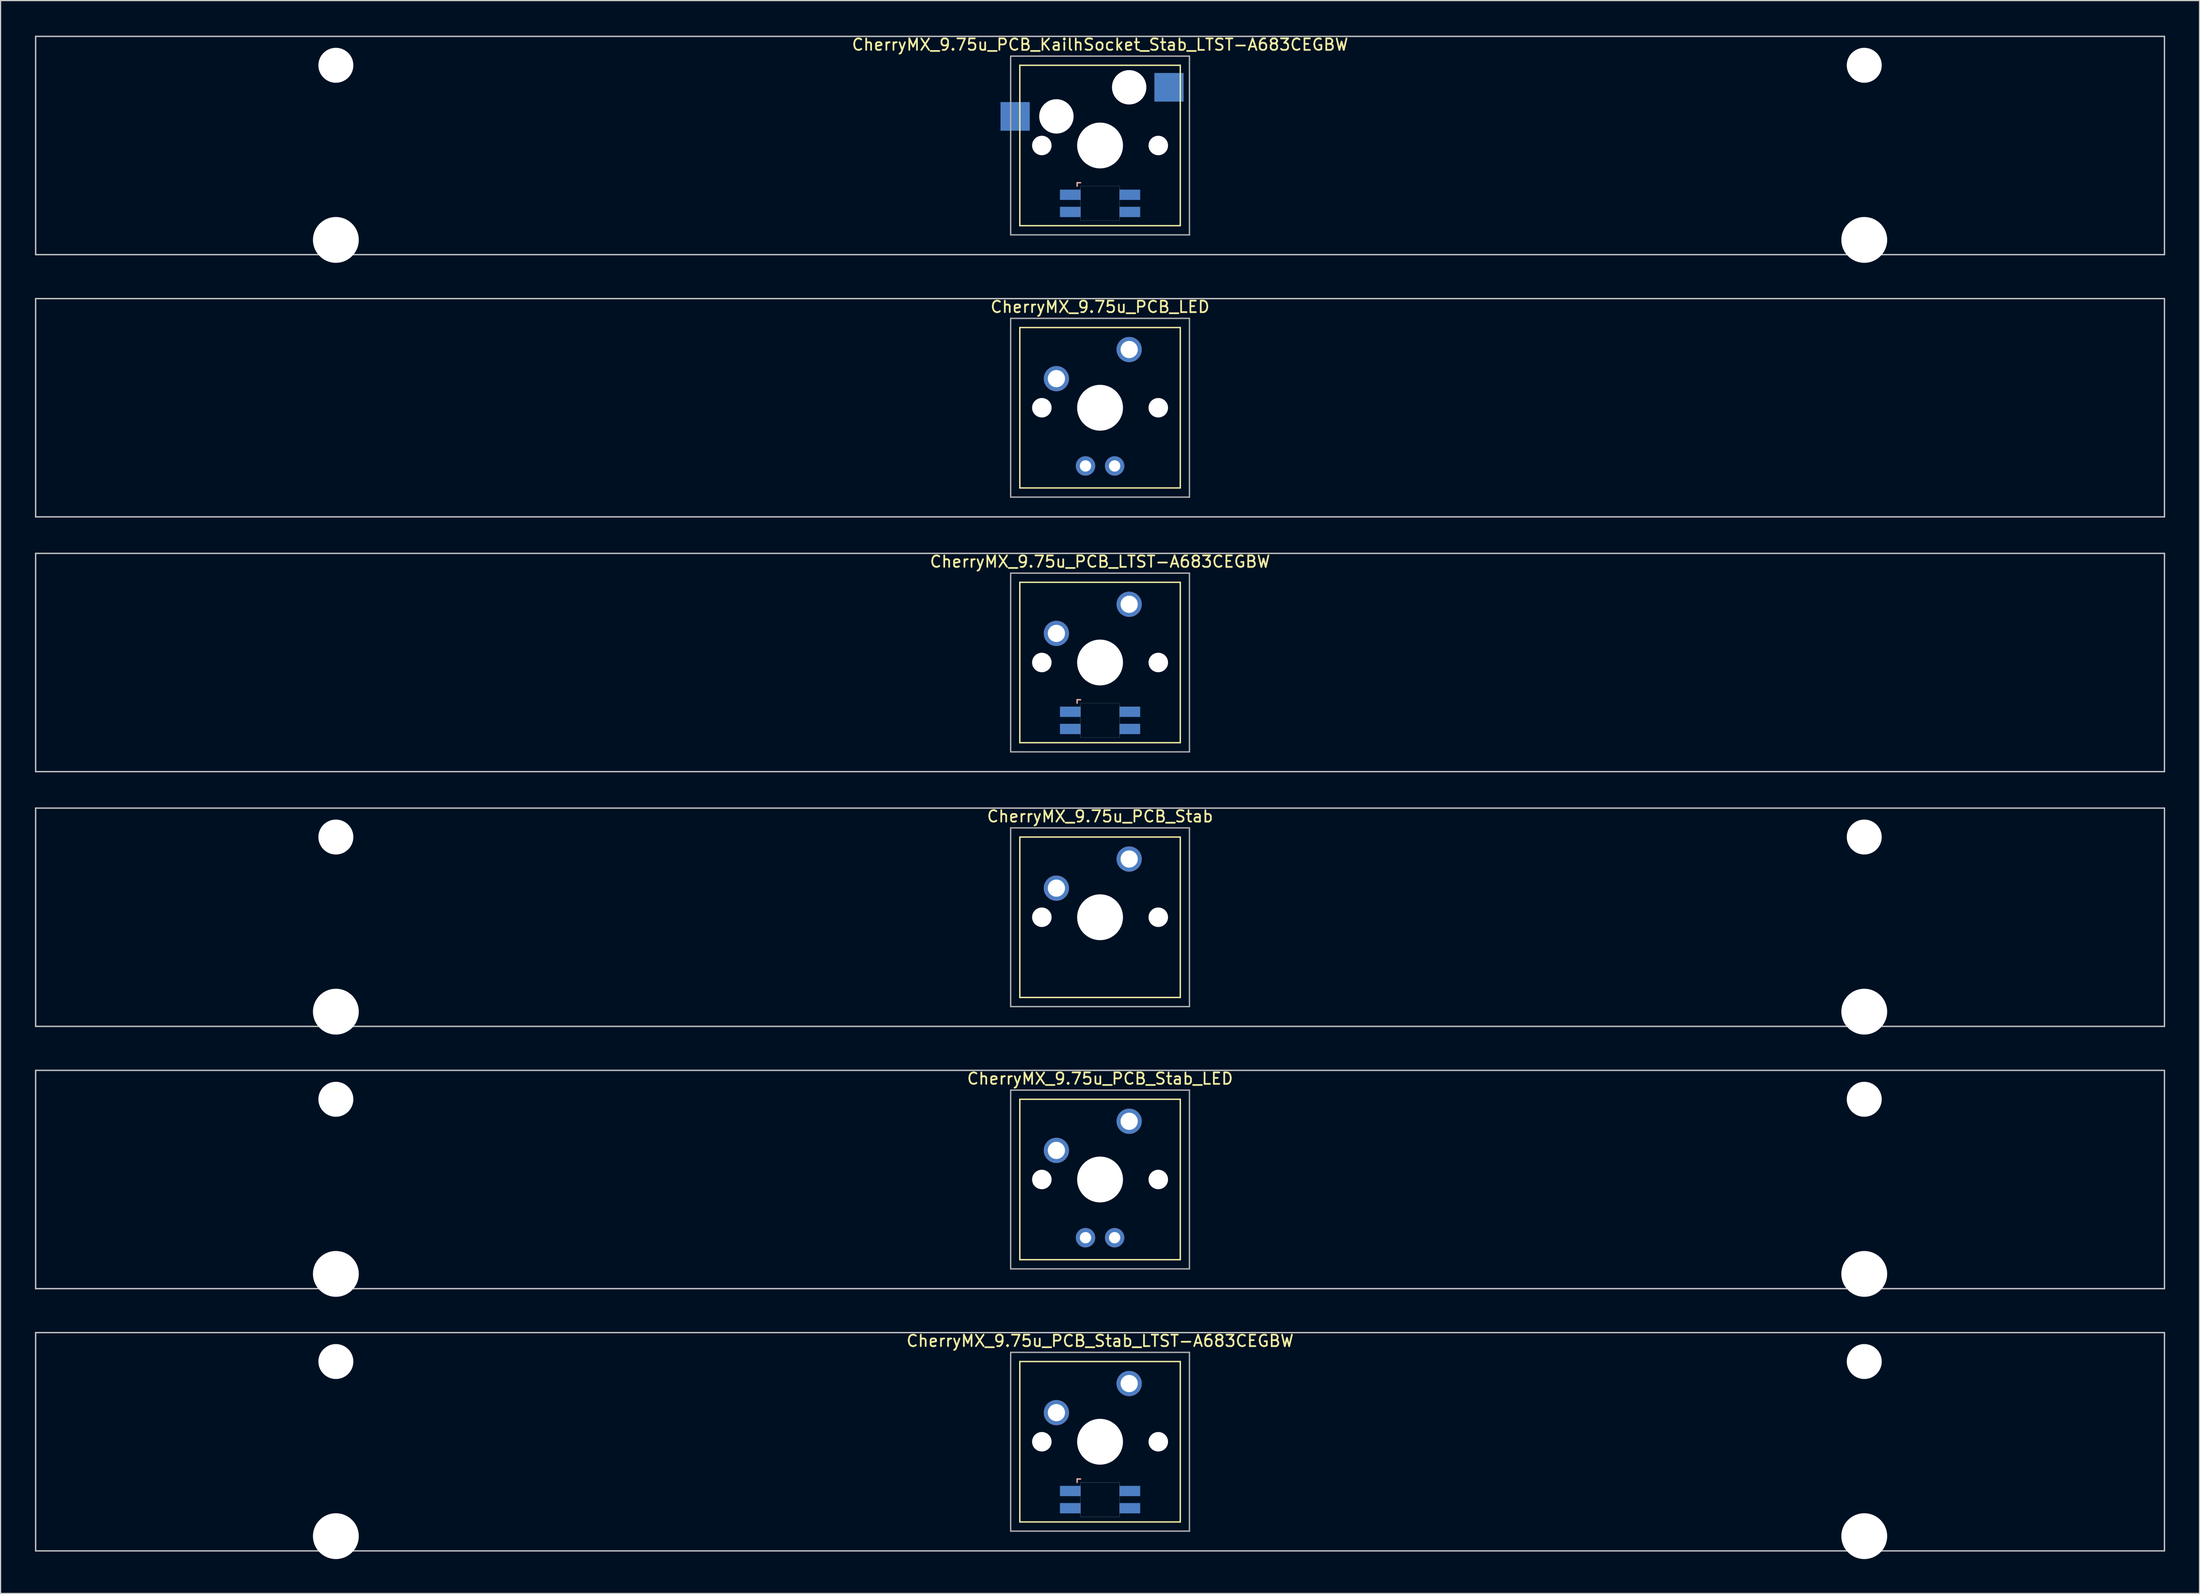
<source format=kicad_pcb>
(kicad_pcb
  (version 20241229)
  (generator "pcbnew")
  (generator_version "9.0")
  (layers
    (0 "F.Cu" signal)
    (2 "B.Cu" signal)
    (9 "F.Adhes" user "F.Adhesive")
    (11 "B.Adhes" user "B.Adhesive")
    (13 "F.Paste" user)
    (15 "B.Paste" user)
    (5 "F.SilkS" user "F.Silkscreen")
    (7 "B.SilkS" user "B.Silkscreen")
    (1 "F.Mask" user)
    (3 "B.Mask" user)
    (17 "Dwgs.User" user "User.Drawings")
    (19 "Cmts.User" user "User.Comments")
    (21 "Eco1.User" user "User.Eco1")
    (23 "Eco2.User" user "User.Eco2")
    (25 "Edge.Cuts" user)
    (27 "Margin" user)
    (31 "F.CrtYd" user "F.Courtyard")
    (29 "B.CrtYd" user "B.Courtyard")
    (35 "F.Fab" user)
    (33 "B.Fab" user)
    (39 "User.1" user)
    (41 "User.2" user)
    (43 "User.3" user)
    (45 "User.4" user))
  (footprint "CherryMX_9.75u_PCB_LED"
    (layer "F.Cu")
    (at 92.929 32.536)
    (property "Reference" "CherryMX_9.75u_PCB_LED" (at 0 -8.8 0) (layer "F.SilkS") (effects (font (size 1 1) (thickness 0.15))))
    (attr through_hole)
    (fp_line (start -7 -7) (end -7 7) (stroke (width 0.12) (type solid)) (layer "F.SilkS"))
    (fp_line (start -7 -7) (end 7 -7) (stroke (width 0.12) (type solid)) (layer "F.SilkS"))
    (fp_line (start 7 -7) (end 7 7) (stroke (width 0.12) (type solid)) (layer "F.SilkS"))
    (fp_line (start 7 7) (end -7 7) (stroke (width 0.12) (type solid)) (layer "F.SilkS"))
    (fp_line (start -92.869 -9.525) (end 92.869 -9.525) (stroke (width 0.12) (type solid)) (layer "Dwgs.User"))
    (fp_line (start -92.869 9.525) (end -92.869 -9.525) (stroke (width 0.12) (type solid)) (layer "Dwgs.User"))
    (fp_line (start 92.869 -9.525) (end 92.869 9.525) (stroke (width 0.12) (type solid)) (layer "Dwgs.User"))
    (fp_line (start 92.869 9.525) (end -92.869 9.525) (stroke (width 0.12) (type solid)) (layer "Dwgs.User"))
    (fp_line (start -7.8 -7.8) (end -7.8 7.8) (stroke (width 0.12) (type solid)) (layer "F.Fab"))
    (fp_line (start -7.8 -7.8) (end 7.8 -7.8) (stroke (width 0.12) (type solid)) (layer "F.Fab"))
    (fp_line (start -7.8 7.8) (end 7.8 7.8) (stroke (width 0.12) (type solid)) (layer "F.Fab"))
    (fp_line (start 7.8 -7.8) (end 7.8 7.8) (stroke (width 0.12) (type solid)) (layer "F.Fab"))
    (pad "" np_thru_hole circle (at -5.08 0) (size 1.7 1.7) (drill 1.7) (layers "*.Cu" "*.Mask"))
    (pad "" np_thru_hole circle (at 0 0) (size 4 4) (drill 4) (layers "*.Cu" "*.Mask"))
    (pad "" np_thru_hole circle (at 5.08 0) (size 1.7 1.7) (drill 1.7) (layers "*.Cu" "*.Mask"))
    (pad "1" thru_hole circle (at -3.81 -2.54) (size 2.2 2.2) (drill 1.5) (layers "*.Cu" "*.Mask"))
    (pad "2" thru_hole circle (at 2.54 -5.08) (size 2.2 2.2) (drill 1.5) (layers "*.Cu" "*.Mask"))
    (pad "3" thru_hole circle (at -1.27 5.08) (size 1.691 1.691) (drill 0.991) (layers "*.Cu" "*.Mask"))
    (pad "4" thru_hole circle (at 1.27 5.08) (size 1.691 1.691) (drill 0.991) (layers "*.Cu" "*.Mask")))
  (footprint "CherryMX_9.75u_PCB_Stab_LED"
    (layer "F.Cu")
    (at 92.929 99.891)
    (property "Reference" "CherryMX_9.75u_PCB_Stab_LED" (at 0 -8.8 0) (layer "F.SilkS") (effects (font (size 1 1) (thickness 0.15))))
    (attr through_hole)
    (fp_line (start -7 -7) (end -7 7) (stroke (width 0.12) (type solid)) (layer "F.SilkS"))
    (fp_line (start -7 -7) (end 7 -7) (stroke (width 0.12) (type solid)) (layer "F.SilkS"))
    (fp_line (start 7 -7) (end 7 7) (stroke (width 0.12) (type solid)) (layer "F.SilkS"))
    (fp_line (start 7 7) (end -7 7) (stroke (width 0.12) (type solid)) (layer "F.SilkS"))
    (fp_line (start -92.869 -9.525) (end 92.869 -9.525) (stroke (width 0.12) (type solid)) (layer "Dwgs.User"))
    (fp_line (start -92.869 9.525) (end -92.869 -9.525) (stroke (width 0.12) (type solid)) (layer "Dwgs.User"))
    (fp_line (start 92.869 -9.525) (end 92.869 9.525) (stroke (width 0.12) (type solid)) (layer "Dwgs.User"))
    (fp_line (start 92.869 9.525) (end -92.869 9.525) (stroke (width 0.12) (type solid)) (layer "Dwgs.User"))
    (fp_line (start -7.8 -7.8) (end -7.8 7.8) (stroke (width 0.12) (type solid)) (layer "F.Fab"))
    (fp_line (start -7.8 -7.8) (end 7.8 -7.8) (stroke (width 0.12) (type solid)) (layer "F.Fab"))
    (fp_line (start -7.8 7.8) (end 7.8 7.8) (stroke (width 0.12) (type solid)) (layer "F.Fab"))
    (fp_line (start 7.8 -7.8) (end 7.8 7.8) (stroke (width 0.12) (type solid)) (layer "F.Fab"))
    (pad "" np_thru_hole circle (at -66.675 -7) (size 3.05 3.05) (drill 3.05) (layers "*.Cu" "*.Mask"))
    (pad "" np_thru_hole circle (at -66.675 8.24) (size 4 4) (drill 4) (layers "*.Cu" "*.Mask"))
    (pad "" np_thru_hole circle (at -5.08 0) (size 1.7 1.7) (drill 1.7) (layers "*.Cu" "*.Mask"))
    (pad "" np_thru_hole circle (at 0 0) (size 4 4) (drill 4) (layers "*.Cu" "*.Mask"))
    (pad "" np_thru_hole circle (at 5.08 0) (size 1.7 1.7) (drill 1.7) (layers "*.Cu" "*.Mask"))
    (pad "" np_thru_hole circle (at 66.675 -7) (size 3.05 3.05) (drill 3.05) (layers "*.Cu" "*.Mask"))
    (pad "" np_thru_hole circle (at 66.675 8.24) (size 4 4) (drill 4) (layers "*.Cu" "*.Mask"))
    (pad "1" thru_hole circle (at -3.81 -2.54) (size 2.2 2.2) (drill 1.5) (layers "*.Cu" "*.Mask"))
    (pad "2" thru_hole circle (at 2.54 -5.08) (size 2.2 2.2) (drill 1.5) (layers "*.Cu" "*.Mask"))
    (pad "3" thru_hole circle (at -1.27 5.08) (size 1.691 1.691) (drill 0.991) (layers "*.Cu" "*.Mask"))
    (pad "4" thru_hole circle (at 1.27 5.08) (size 1.691 1.691) (drill 0.991) (layers "*.Cu" "*.Mask")))
  (footprint "CherryMX_9.75u_PCB_LTST-A683CEGBW"
    (layer "F.Cu")
    (at 92.929 54.77)
    (property "Reference" "CherryMX_9.75u_PCB_LTST-A683CEGBW" (at 0 -8.8 0) (layer "F.SilkS") (effects (font (size 1 1) (thickness 0.15))))
    (attr through_hole)
    (fp_line (start -7 -7) (end -7 7) (stroke (width 0.12) (type solid)) (layer "F.SilkS"))
    (fp_line (start -7 -7) (end 7 -7) (stroke (width 0.12) (type solid)) (layer "F.SilkS"))
    (fp_line (start 7 -7) (end 7 7) (stroke (width 0.12) (type solid)) (layer "F.SilkS"))
    (fp_line (start 7 7) (end -7 7) (stroke (width 0.12) (type solid)) (layer "F.SilkS"))
    (fp_line (start -2 3.25) (end -2 3.55) (stroke (width 0.12) (type solid)) (layer "B.SilkS"))
    (fp_line (start -1.7 3.25) (end -2 3.25) (stroke (width 0.12) (type solid)) (layer "B.SilkS"))
    (fp_line (start -92.869 -9.525) (end 92.869 -9.525) (stroke (width 0.12) (type solid)) (layer "Dwgs.User"))
    (fp_line (start -92.869 9.525) (end -92.869 -9.525) (stroke (width 0.12) (type solid)) (layer "Dwgs.User"))
    (fp_line (start 92.869 -9.525) (end 92.869 9.525) (stroke (width 0.12) (type solid)) (layer "Dwgs.User"))
    (fp_line (start 92.869 9.525) (end -92.869 9.525) (stroke (width 0.12) (type solid)) (layer "Dwgs.User"))
    (fp_poly (pts (xy 1.7 6.55) (xy -1.7 6.55) (xy -1.7 3.55) (xy 1.7 3.55)) (stroke (width 0.01) (type solid)) (fill no) (layer "Edge.Cuts"))
    (fp_line (start -7.8 -7.8) (end -7.8 7.8) (stroke (width 0.12) (type solid)) (layer "F.Fab"))
    (fp_line (start -7.8 -7.8) (end 7.8 -7.8) (stroke (width 0.12) (type solid)) (layer "F.Fab"))
    (fp_line (start -7.8 7.8) (end 7.8 7.8) (stroke (width 0.12) (type solid)) (layer "F.Fab"))
    (fp_line (start 7.8 -7.8) (end 7.8 7.8) (stroke (width 0.12) (type solid)) (layer "F.Fab"))
    (pad "" np_thru_hole circle (at -5.08 0) (size 1.7 1.7) (drill 1.7) (layers "*.Cu" "*.Mask"))
    (pad "" np_thru_hole circle (at 0 0) (size 4 4) (drill 4) (layers "*.Cu" "*.Mask"))
    (pad "" np_thru_hole circle (at 5.08 0) (size 1.7 1.7) (drill 1.7) (layers "*.Cu" "*.Mask"))
    (pad "1" thru_hole circle (at -3.81 -2.54) (size 2.2 2.2) (drill 1.5) (layers "*.Cu" "*.Mask"))
    (pad "2" thru_hole circle (at 2.54 -5.08) (size 2.2 2.2) (drill 1.5) (layers "*.Cu" "*.Mask"))
    (pad "3" smd rect (at -2.6 4.3) (size 1.8 0.9) (layers "B.Cu" "B.Mask" "B.Paste"))
    (pad "4" smd rect (at -2.6 5.8) (size 1.8 0.9) (layers "B.Cu" "B.Mask" "B.Paste"))
    (pad "5" smd rect (at 2.6 4.3) (size 1.8 0.9) (layers "B.Cu" "B.Mask" "B.Paste"))
    (pad "6" smd rect (at 2.6 5.8) (size 1.8 0.9) (layers "B.Cu" "B.Mask" "B.Paste")))
  (footprint "CherryMX_9.75u_PCB_Stab"
    (layer "F.Cu")
    (at 92.929 77.003)
    (property "Reference" "CherryMX_9.75u_PCB_Stab" (at 0 -8.8 0) (layer "F.SilkS") (effects (font (size 1 1) (thickness 0.15))))
    (attr through_hole)
    (fp_line (start -7 -7) (end -7 7) (stroke (width 0.12) (type solid)) (layer "F.SilkS"))
    (fp_line (start -7 -7) (end 7 -7) (stroke (width 0.12) (type solid)) (layer "F.SilkS"))
    (fp_line (start 7 -7) (end 7 7) (stroke (width 0.12) (type solid)) (layer "F.SilkS"))
    (fp_line (start 7 7) (end -7 7) (stroke (width 0.12) (type solid)) (layer "F.SilkS"))
    (fp_line (start -92.869 -9.525) (end 92.869 -9.525) (stroke (width 0.12) (type solid)) (layer "Dwgs.User"))
    (fp_line (start -92.869 9.525) (end -92.869 -9.525) (stroke (width 0.12) (type solid)) (layer "Dwgs.User"))
    (fp_line (start 92.869 -9.525) (end 92.869 9.525) (stroke (width 0.12) (type solid)) (layer "Dwgs.User"))
    (fp_line (start 92.869 9.525) (end -92.869 9.525) (stroke (width 0.12) (type solid)) (layer "Dwgs.User"))
    (fp_line (start -7.8 -7.8) (end -7.8 7.8) (stroke (width 0.12) (type solid)) (layer "F.Fab"))
    (fp_line (start -7.8 -7.8) (end 7.8 -7.8) (stroke (width 0.12) (type solid)) (layer "F.Fab"))
    (fp_line (start -7.8 7.8) (end 7.8 7.8) (stroke (width 0.12) (type solid)) (layer "F.Fab"))
    (fp_line (start 7.8 -7.8) (end 7.8 7.8) (stroke (width 0.12) (type solid)) (layer "F.Fab"))
    (pad "" np_thru_hole circle (at -66.675 -7) (size 3.05 3.05) (drill 3.05) (layers "*.Cu" "*.Mask"))
    (pad "" np_thru_hole circle (at -66.675 8.24) (size 4 4) (drill 4) (layers "*.Cu" "*.Mask"))
    (pad "" np_thru_hole circle (at -5.08 0) (size 1.7 1.7) (drill 1.7) (layers "*.Cu" "*.Mask"))
    (pad "" np_thru_hole circle (at 0 0) (size 4 4) (drill 4) (layers "*.Cu" "*.Mask"))
    (pad "" np_thru_hole circle (at 5.08 0) (size 1.7 1.7) (drill 1.7) (layers "*.Cu" "*.Mask"))
    (pad "" np_thru_hole circle (at 66.675 -7) (size 3.05 3.05) (drill 3.05) (layers "*.Cu" "*.Mask"))
    (pad "" np_thru_hole circle (at 66.675 8.24) (size 4 4) (drill 4) (layers "*.Cu" "*.Mask"))
    (pad "1" thru_hole circle (at -3.81 -2.54) (size 2.2 2.2) (drill 1.5) (layers "*.Cu" "*.Mask"))
    (pad "2" thru_hole circle (at 2.54 -5.08) (size 2.2 2.2) (drill 1.5) (layers "*.Cu" "*.Mask")))
  (footprint "CherryMX_9.75u_PCB_Stab_LTST-A683CEGBW"
    (layer "F.Cu")
    (at 92.929 122.779)
    (property "Reference" "CherryMX_9.75u_PCB_Stab_LTST-A683CEGBW" (at 0 -8.8 0) (layer "F.SilkS") (effects (font (size 1 1) (thickness 0.15))))
    (attr through_hole)
    (fp_line (start -7 -7) (end -7 7) (stroke (width 0.12) (type solid)) (layer "F.SilkS"))
    (fp_line (start -7 -7) (end 7 -7) (stroke (width 0.12) (type solid)) (layer "F.SilkS"))
    (fp_line (start 7 -7) (end 7 7) (stroke (width 0.12) (type solid)) (layer "F.SilkS"))
    (fp_line (start 7 7) (end -7 7) (stroke (width 0.12) (type solid)) (layer "F.SilkS"))
    (fp_line (start -2 3.25) (end -2 3.55) (stroke (width 0.12) (type solid)) (layer "B.SilkS"))
    (fp_line (start -1.7 3.25) (end -2 3.25) (stroke (width 0.12) (type solid)) (layer "B.SilkS"))
    (fp_line (start -92.869 -9.525) (end 92.869 -9.525) (stroke (width 0.12) (type solid)) (layer "Dwgs.User"))
    (fp_line (start -92.869 9.525) (end -92.869 -9.525) (stroke (width 0.12) (type solid)) (layer "Dwgs.User"))
    (fp_line (start 92.869 -9.525) (end 92.869 9.525) (stroke (width 0.12) (type solid)) (layer "Dwgs.User"))
    (fp_line (start 92.869 9.525) (end -92.869 9.525) (stroke (width 0.12) (type solid)) (layer "Dwgs.User"))
    (fp_poly (pts (xy 1.7 6.55) (xy -1.7 6.55) (xy -1.7 3.55) (xy 1.7 3.55)) (stroke (width 0.01) (type solid)) (fill no) (layer "Edge.Cuts"))
    (fp_line (start -7.8 -7.8) (end -7.8 7.8) (stroke (width 0.12) (type solid)) (layer "F.Fab"))
    (fp_line (start -7.8 -7.8) (end 7.8 -7.8) (stroke (width 0.12) (type solid)) (layer "F.Fab"))
    (fp_line (start -7.8 7.8) (end 7.8 7.8) (stroke (width 0.12) (type solid)) (layer "F.Fab"))
    (fp_line (start 7.8 -7.8) (end 7.8 7.8) (stroke (width 0.12) (type solid)) (layer "F.Fab"))
    (pad "" np_thru_hole circle (at -66.675 -7) (size 3.05 3.05) (drill 3.05) (layers "*.Cu" "*.Mask"))
    (pad "" np_thru_hole circle (at -66.675 8.24) (size 4 4) (drill 4) (layers "*.Cu" "*.Mask"))
    (pad "" np_thru_hole circle (at -5.08 0) (size 1.7 1.7) (drill 1.7) (layers "*.Cu" "*.Mask"))
    (pad "" np_thru_hole circle (at 0 0) (size 4 4) (drill 4) (layers "*.Cu" "*.Mask"))
    (pad "" np_thru_hole circle (at 5.08 0) (size 1.7 1.7) (drill 1.7) (layers "*.Cu" "*.Mask"))
    (pad "" np_thru_hole circle (at 66.675 -7) (size 3.05 3.05) (drill 3.05) (layers "*.Cu" "*.Mask"))
    (pad "" np_thru_hole circle (at 66.675 8.24) (size 4 4) (drill 4) (layers "*.Cu" "*.Mask"))
    (pad "1" thru_hole circle (at -3.81 -2.54) (size 2.2 2.2) (drill 1.5) (layers "*.Cu" "*.Mask"))
    (pad "2" thru_hole circle (at 2.54 -5.08) (size 2.2 2.2) (drill 1.5) (layers "*.Cu" "*.Mask"))
    (pad "3" smd rect (at -2.6 4.3) (size 1.8 0.9) (layers "B.Cu" "B.Mask" "B.Paste"))
    (pad "4" smd rect (at -2.6 5.8) (size 1.8 0.9) (layers "B.Cu" "B.Mask" "B.Paste"))
    (pad "5" smd rect (at 2.6 4.3) (size 1.8 0.9) (layers "B.Cu" "B.Mask" "B.Paste"))
    (pad "6" smd rect (at 2.6 5.8) (size 1.8 0.9) (layers "B.Cu" "B.Mask" "B.Paste")))
  (footprint "CherryMX_9.75u_PCB_KailhSocket_Stab_LTST-A683CEGBW"
    (layer "F.Cu")
    (at 92.929 9.648)
    (property "Reference" "CherryMX_9.75u_PCB_KailhSocket_Stab_LTST-A683CEGBW" (at 0 -8.8 0) (layer "F.SilkS") (effects (font (size 1 1) (thickness 0.15))))
    (attr through_hole)
    (fp_line (start -7 -7) (end -7 7) (stroke (width 0.12) (type solid)) (layer "F.SilkS"))
    (fp_line (start -7 -7) (end 7 -7) (stroke (width 0.12) (type solid)) (layer "F.SilkS"))
    (fp_line (start 7 -7) (end 7 7) (stroke (width 0.12) (type solid)) (layer "F.SilkS"))
    (fp_line (start 7 7) (end -7 7) (stroke (width 0.12) (type solid)) (layer "F.SilkS"))
    (fp_line (start -2 3.25) (end -2 3.55) (stroke (width 0.12) (type solid)) (layer "B.SilkS"))
    (fp_line (start -1.7 3.25) (end -2 3.25) (stroke (width 0.12) (type solid)) (layer "B.SilkS"))
    (fp_line (start -92.869 -9.525) (end 92.869 -9.525) (stroke (width 0.12) (type solid)) (layer "Dwgs.User"))
    (fp_line (start -92.869 9.525) (end -92.869 -9.525) (stroke (width 0.12) (type solid)) (layer "Dwgs.User"))
    (fp_line (start 92.869 -9.525) (end 92.869 9.525) (stroke (width 0.12) (type solid)) (layer "Dwgs.User"))
    (fp_line (start 92.869 9.525) (end -92.869 9.525) (stroke (width 0.12) (type solid)) (layer "Dwgs.User"))
    (fp_poly (pts (xy 1.7 6.55) (xy -1.7 6.55) (xy -1.7 3.55) (xy 1.7 3.55)) (stroke (width 0.01) (type solid)) (fill no) (layer "Edge.Cuts"))
    (fp_line (start -7.8 -7.8) (end -7.8 7.8) (stroke (width 0.12) (type solid)) (layer "F.Fab"))
    (fp_line (start -7.8 -7.8) (end 7.8 -7.8) (stroke (width 0.12) (type solid)) (layer "F.Fab"))
    (fp_line (start -7.8 7.8) (end 7.8 7.8) (stroke (width 0.12) (type solid)) (layer "F.Fab"))
    (fp_line (start 7.8 -7.8) (end 7.8 7.8) (stroke (width 0.12) (type solid)) (layer "F.Fab"))
    (pad "" np_thru_hole circle (at -66.675 -7) (size 3.05 3.05) (drill 3.05) (layers "*.Cu" "*.Mask"))
    (pad "" np_thru_hole circle (at -66.675 8.24) (size 4 4) (drill 4) (layers "*.Cu" "*.Mask"))
    (pad "" np_thru_hole circle (at -5.08 0) (size 1.7 1.7) (drill 1.7) (layers "*.Cu" "*.Mask"))
    (pad "" np_thru_hole circle (at -3.81 -2.54) (size 3 3) (drill 3) (layers "*.Cu" "*.Mask"))
    (pad "" np_thru_hole circle (at 0 0) (size 4 4) (drill 4) (layers "*.Cu" "*.Mask"))
    (pad "" np_thru_hole circle (at 2.54 -5.08) (size 3 3) (drill 3) (layers "*.Cu" "*.Mask"))
    (pad "" np_thru_hole circle (at 5.08 0) (size 1.7 1.7) (drill 1.7) (layers "*.Cu" "*.Mask"))
    (pad "" np_thru_hole circle (at 66.675 -7) (size 3.05 3.05) (drill 3.05) (layers "*.Cu" "*.Mask"))
    (pad "" np_thru_hole circle (at 66.675 8.24) (size 4 4) (drill 4) (layers "*.Cu" "*.Mask"))
    (pad "1" smd rect (at -7.41 -2.54) (size 2.55 2.5) (layers "B.Cu" "B.Mask" "B.Paste"))
    (pad "2" smd rect (at 6.015 -5.08) (size 2.55 2.5) (layers "B.Cu" "B.Mask" "B.Paste"))
    (pad "3" smd rect (at -2.6 4.3) (size 1.8 0.9) (layers "B.Cu" "B.Mask" "B.Paste"))
    (pad "4" smd rect (at -2.6 5.8) (size 1.8 0.9) (layers "B.Cu" "B.Mask" "B.Paste"))
    (pad "5" smd rect (at 2.6 4.3) (size 1.8 0.9) (layers "B.Cu" "B.Mask" "B.Paste"))
    (pad "6" smd rect (at 2.6 5.8) (size 1.8 0.9) (layers "B.Cu" "B.Mask" "B.Paste")))
  (gr_rect
    (start -3 -3)
    (end 188.857 136.019)
    (stroke (width 0.1) (type default))
    (fill no)
    (layer "Edge.Cuts")))
</source>
